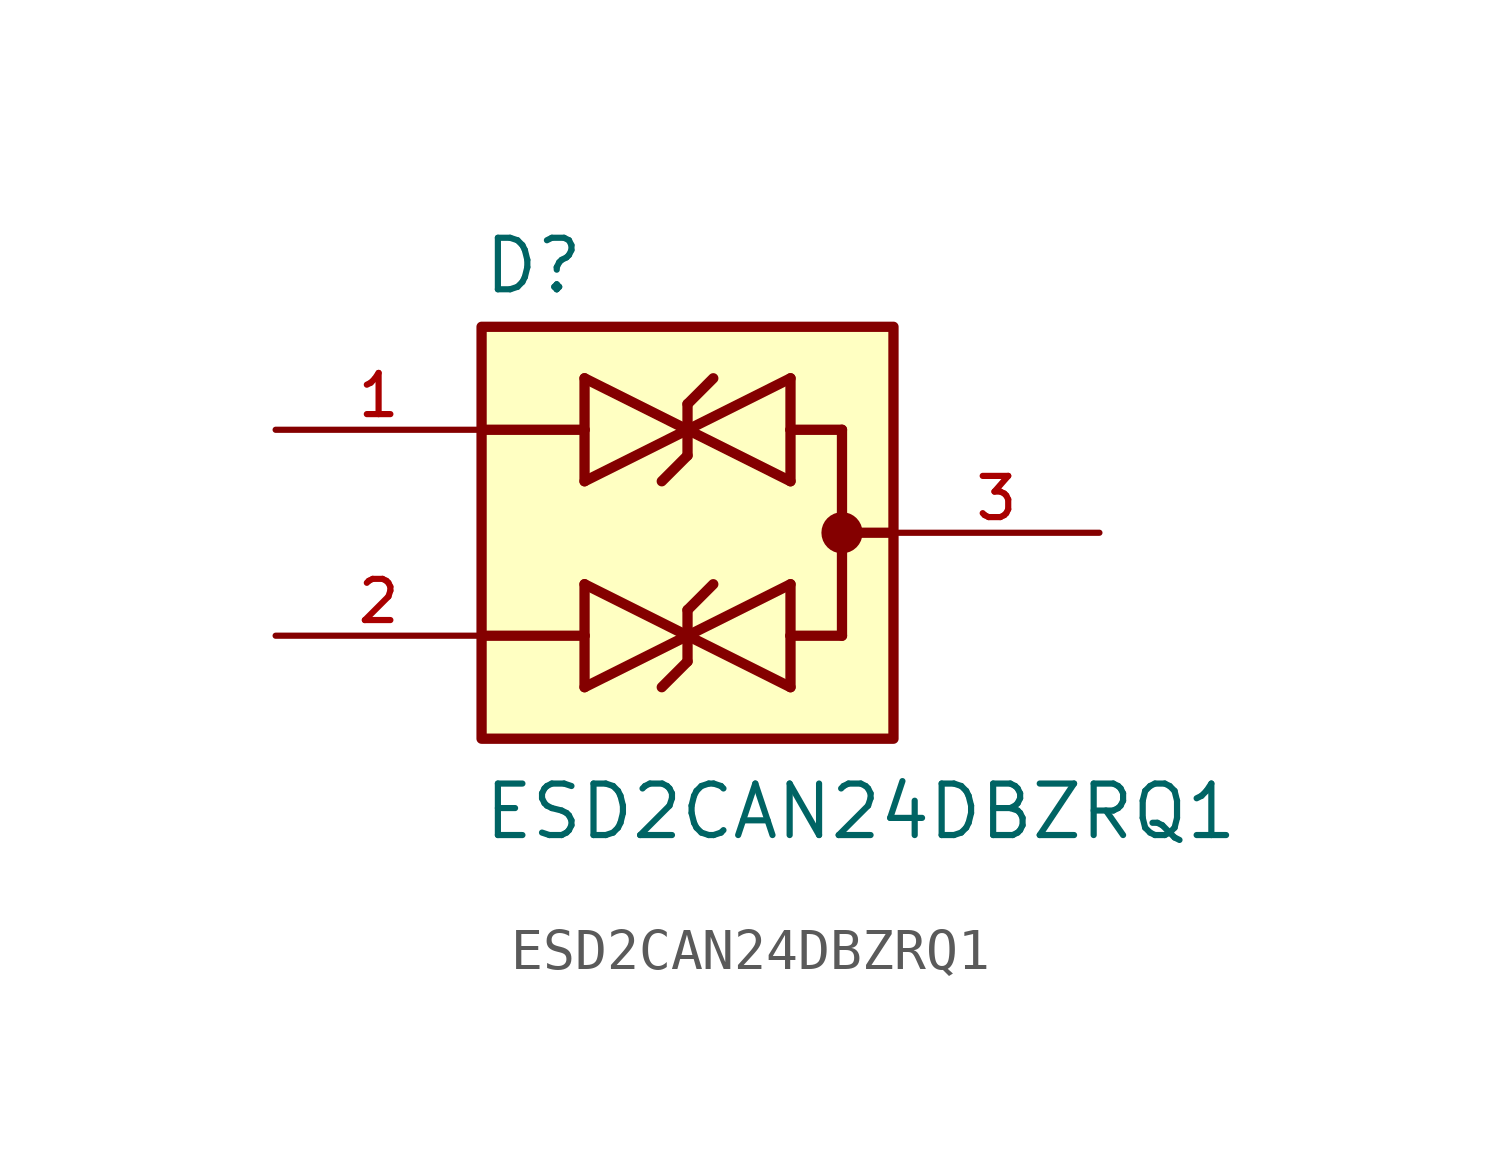
<source format=kicad_sym>
(kicad_symbol_lib
  (version 20211014)
  (generator kicad_symbol_editor)
  (symbol "ESD2CAN24DBZRQ1"
    (pin_names
      (offset 1.016))
    (property "Reference" "D"
      (at -5.08 5.842 0)
      (effects (font (size 1.27 1.27)) (justify bottom left)))
    (property "Value" "ESD2CAN24DBZRQ1"
      (at -5.08 -7.62 0)
      (effects (font (size 1.27 1.27)) (justify bottom left)))
    (symbol "ESD2CAN24DBZRQ1_0_0"
      (polyline (pts (xy 2.54 1.27) (xy 0.0 2.54)) (stroke (width 0.254)))
      (polyline (pts (xy 0.0 2.54) (xy 2.54 3.81)) (stroke (width 0.254)))
      (polyline (pts (xy 0.0 3.175) (xy 0.0 2.54)) (stroke (width 0.254)))
      (polyline (pts (xy 2.54 3.81) (xy 2.54 2.54)) (stroke (width 0.254)))
      (polyline (pts (xy 2.54 2.54) (xy 2.54 1.27)) (stroke (width 0.254)))
      (polyline (pts (xy 0.0 2.54) (xy 0.0 1.905)) (stroke (width 0.254)))
      (polyline (pts (xy 0.635 3.81) (xy 0.0 3.175)) (stroke (width 0.254)))
      (polyline (pts (xy 0.0 1.905) (xy -0.635 1.27)) (stroke (width 0.254)))
      (polyline (pts (xy -2.54 3.81) (xy 0.0 2.54)) (stroke (width 0.254)))
      (polyline (pts (xy 0.0 2.54) (xy -2.54 1.27)) (stroke (width 0.254)))
      (polyline (pts (xy -2.54 1.27) (xy -2.54 2.54)) (stroke (width 0.254)))
      (polyline (pts (xy -2.54 2.54) (xy -2.54 3.81)) (stroke (width 0.254)))
      (polyline (pts (xy 2.54 -3.81) (xy 0.0 -2.54)) (stroke (width 0.254)))
      (polyline (pts (xy 0.0 -2.54) (xy 2.54 -1.27)) (stroke (width 0.254)))
      (polyline (pts (xy 0.0 -1.905) (xy 0.0 -2.54)) (stroke (width 0.254)))
      (polyline (pts (xy 2.54 -1.27) (xy 2.54 -2.54)) (stroke (width 0.254)))
      (polyline (pts (xy 2.54 -2.54) (xy 2.54 -3.81)) (stroke (width 0.254)))
      (polyline (pts (xy 0.0 -2.54) (xy 0.0 -3.175)) (stroke (width 0.254)))
      (polyline (pts (xy 0.635 -1.27) (xy 0.0 -1.905)) (stroke (width 0.254)))
      (polyline (pts (xy 0.0 -3.175) (xy -0.635 -3.81)) (stroke (width 0.254)))
      (polyline (pts (xy -2.54 -1.27) (xy 0.0 -2.54)) (stroke (width 0.254)))
      (polyline (pts (xy 0.0 -2.54) (xy -2.54 -3.81)) (stroke (width 0.254)))
      (polyline (pts (xy -2.54 -3.81) (xy -2.54 -2.54)) (stroke (width 0.254)))
      (polyline (pts (xy -2.54 -2.54) (xy -2.54 -1.27)) (stroke (width 0.254)))
      (polyline (pts (xy 3.81 2.54) (xy 3.81 0.0)) (stroke (width 0.254)))
      (polyline (pts (xy 3.81 0.0) (xy 3.81 -2.54)) (stroke (width 0.254)))
      (polyline (pts (xy 5.08 0.0) (xy 3.81 0.0)) (stroke (width 0.254)))
      (polyline (pts (xy -5.08 2.54) (xy -2.54 2.54)) (stroke (width 0.254)))
      (polyline (pts (xy 3.81 2.54) (xy 2.54 2.54)) (stroke (width 0.254)))
      (polyline (pts (xy 3.81 -2.54) (xy 2.54 -2.54)) (stroke (width 0.254)))
      (polyline (pts (xy -5.08 -2.54) (xy -2.54 -2.54)) (stroke (width 0.254)))
      (circle (center 3.81 0.0) (radius 0.254) (stroke (width 0.508)) (fill (type none)))
      (rectangle (start -5.08 -5.08) (end 5.08 5.08) (stroke (width 0.254)) (fill (type background)))
      (pin bidirectional line (at -10.16 2.54 0) (length 5.08) (name "~" (effects (font (size 1.016 1.016)))) (number "1" (effects (font (size 1.016 1.016)))))
      (pin power_in line (at 10.16 0.0 180.0) (length 5.08) (name "~" (effects (font (size 1.016 1.016)))) (number "3" (effects (font (size 1.016 1.016)))))
      (pin bidirectional line (at -10.16 -2.54 0) (length 5.08) (name "~" (effects (font (size 1.016 1.016)))) (number "2" (effects (font (size 1.016 1.016))))))))
</source>
